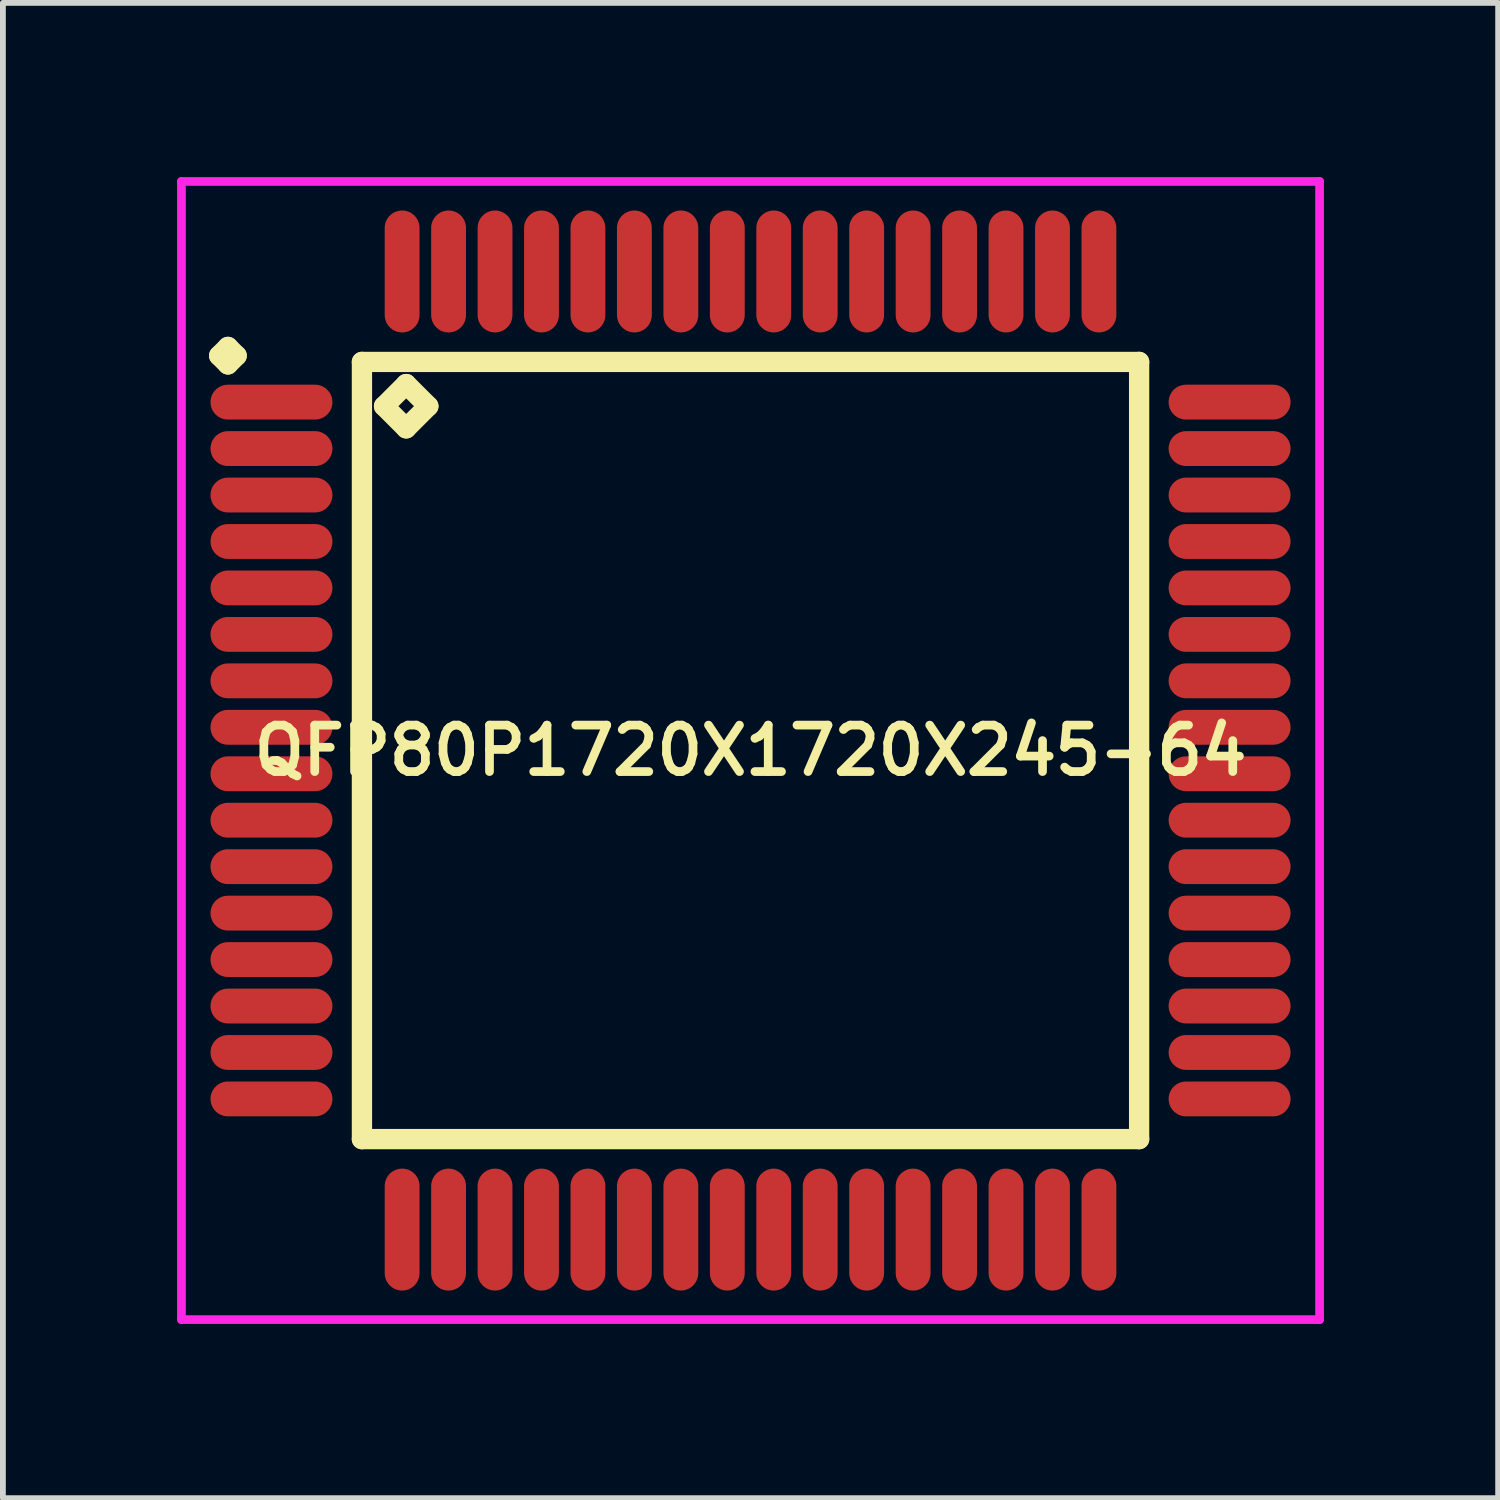
<source format=kicad_pcb>
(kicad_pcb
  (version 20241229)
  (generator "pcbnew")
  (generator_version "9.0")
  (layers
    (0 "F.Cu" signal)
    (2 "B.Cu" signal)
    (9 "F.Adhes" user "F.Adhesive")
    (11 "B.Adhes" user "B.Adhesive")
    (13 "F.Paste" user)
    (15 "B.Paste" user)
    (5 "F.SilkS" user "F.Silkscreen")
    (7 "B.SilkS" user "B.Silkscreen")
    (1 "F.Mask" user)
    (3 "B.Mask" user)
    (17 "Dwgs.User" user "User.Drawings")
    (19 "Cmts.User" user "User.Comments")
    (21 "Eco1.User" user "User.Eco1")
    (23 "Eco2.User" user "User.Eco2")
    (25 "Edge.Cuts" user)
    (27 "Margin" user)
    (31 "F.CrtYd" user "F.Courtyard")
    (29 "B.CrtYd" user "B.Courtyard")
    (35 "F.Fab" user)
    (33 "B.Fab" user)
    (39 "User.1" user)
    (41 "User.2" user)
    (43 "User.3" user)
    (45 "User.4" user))
  (footprint "QFP80P1720X1720X245-64"
    (layer "F.Cu")
    (at 9.875 9.875)
    (property "Reference" "QFP80P1720X1720X245-64" (at 0 0 0) (layer "F.SilkS") (effects (font (size 0.8 0.8) (thickness 0.15))))
    (attr smd)
    (fp_line (start -9.15 -6.8) (end -9 -6.95) (stroke (width 0.35) (type solid)) (layer "F.SilkS"))
    (fp_line (start -9 -6.95) (end -8.85 -6.8) (stroke (width 0.35) (type solid)) (layer "F.SilkS"))
    (fp_line (start -9 -6.65) (end -9.15 -6.8) (stroke (width 0.35) (type solid)) (layer "F.SilkS"))
    (fp_line (start -8.85 -6.8) (end -9 -6.65) (stroke (width 0.35) (type solid)) (layer "F.SilkS"))
    (fp_line (start -6.692 -6.692) (end -6.692 6.692) (stroke (width 0.35) (type solid)) (layer "F.SilkS"))
    (fp_line (start -6.692 6.692) (end 6.692 6.692) (stroke (width 0.35) (type solid)) (layer "F.SilkS"))
    (fp_line (start -6.311 -5.93) (end -5.93 -6.311) (stroke (width 0.35) (type solid)) (layer "F.SilkS"))
    (fp_line (start -5.93 -6.311) (end -5.549 -5.93) (stroke (width 0.35) (type solid)) (layer "F.SilkS"))
    (fp_line (start -5.93 -5.549) (end -6.311 -5.93) (stroke (width 0.35) (type solid)) (layer "F.SilkS"))
    (fp_line (start -5.549 -5.93) (end -5.93 -5.549) (stroke (width 0.35) (type solid)) (layer "F.SilkS"))
    (fp_line (start 6.692 -6.692) (end -6.692 -6.692) (stroke (width 0.35) (type solid)) (layer "F.SilkS"))
    (fp_line (start 6.692 6.692) (end 6.692 -6.692) (stroke (width 0.35) (type solid)) (layer "F.SilkS"))
    (fp_line (start -9.8 -9.8) (end 9.8 -9.8) (stroke (width 0.15) (type solid)) (layer "F.CrtYd"))
    (fp_line (start -9.8 9.8) (end -9.8 -9.8) (stroke (width 0.15) (type solid)) (layer "F.CrtYd"))
    (fp_line (start 9.8 -9.8) (end 9.8 9.8) (stroke (width 0.15) (type solid)) (layer "F.CrtYd"))
    (fp_line (start 9.8 9.8) (end -9.8 9.8) (stroke (width 0.15) (type solid)) (layer "F.CrtYd"))
    (pad "1" smd oval (at -8.25 -6) (size 2.1 0.6) (layers "F.Cu" "F.Mask" "F.Paste"))
    (pad "2" smd oval (at -8.25 -5.2) (size 2.1 0.6) (layers "F.Cu" "F.Mask" "F.Paste"))
    (pad "3" smd oval (at -8.25 -4.4) (size 2.1 0.6) (layers "F.Cu" "F.Mask" "F.Paste"))
    (pad "4" smd oval (at -8.25 -3.6) (size 2.1 0.6) (layers "F.Cu" "F.Mask" "F.Paste"))
    (pad "5" smd oval (at -8.25 -2.8) (size 2.1 0.6) (layers "F.Cu" "F.Mask" "F.Paste"))
    (pad "6" smd oval (at -8.25 -2) (size 2.1 0.6) (layers "F.Cu" "F.Mask" "F.Paste"))
    (pad "7" smd oval (at -8.25 -1.2) (size 2.1 0.6) (layers "F.Cu" "F.Mask" "F.Paste"))
    (pad "8" smd oval (at -8.25 -0.4) (size 2.1 0.6) (layers "F.Cu" "F.Mask" "F.Paste"))
    (pad "9" smd oval (at -8.25 0.4) (size 2.1 0.6) (layers "F.Cu" "F.Mask" "F.Paste"))
    (pad "10" smd oval (at -8.25 1.2) (size 2.1 0.6) (layers "F.Cu" "F.Mask" "F.Paste"))
    (pad "11" smd oval (at -8.25 2) (size 2.1 0.6) (layers "F.Cu" "F.Mask" "F.Paste"))
    (pad "12" smd oval (at -8.25 2.8) (size 2.1 0.6) (layers "F.Cu" "F.Mask" "F.Paste"))
    (pad "13" smd oval (at -8.25 3.6) (size 2.1 0.6) (layers "F.Cu" "F.Mask" "F.Paste"))
    (pad "14" smd oval (at -8.25 4.4) (size 2.1 0.6) (layers "F.Cu" "F.Mask" "F.Paste"))
    (pad "15" smd oval (at -8.25 5.2) (size 2.1 0.6) (layers "F.Cu" "F.Mask" "F.Paste"))
    (pad "16" smd oval (at -8.25 6) (size 2.1 0.6) (layers "F.Cu" "F.Mask" "F.Paste"))
    (pad "17" smd oval (at -6 8.25) (size 0.6 2.1) (layers "F.Cu" "F.Mask" "F.Paste"))
    (pad "18" smd oval (at -5.2 8.25) (size 0.6 2.1) (layers "F.Cu" "F.Mask" "F.Paste"))
    (pad "19" smd oval (at -4.4 8.25) (size 0.6 2.1) (layers "F.Cu" "F.Mask" "F.Paste"))
    (pad "20" smd oval (at -3.6 8.25) (size 0.6 2.1) (layers "F.Cu" "F.Mask" "F.Paste"))
    (pad "21" smd oval (at -2.8 8.25) (size 0.6 2.1) (layers "F.Cu" "F.Mask" "F.Paste"))
    (pad "22" smd oval (at -2 8.25) (size 0.6 2.1) (layers "F.Cu" "F.Mask" "F.Paste"))
    (pad "23" smd oval (at -1.2 8.25) (size 0.6 2.1) (layers "F.Cu" "F.Mask" "F.Paste"))
    (pad "24" smd oval (at -0.4 8.25) (size 0.6 2.1) (layers "F.Cu" "F.Mask" "F.Paste"))
    (pad "25" smd oval (at 0.4 8.25) (size 0.6 2.1) (layers "F.Cu" "F.Mask" "F.Paste"))
    (pad "26" smd oval (at 1.2 8.25) (size 0.6 2.1) (layers "F.Cu" "F.Mask" "F.Paste"))
    (pad "27" smd oval (at 2 8.25) (size 0.6 2.1) (layers "F.Cu" "F.Mask" "F.Paste"))
    (pad "28" smd oval (at 2.8 8.25) (size 0.6 2.1) (layers "F.Cu" "F.Mask" "F.Paste"))
    (pad "29" smd oval (at 3.6 8.25) (size 0.6 2.1) (layers "F.Cu" "F.Mask" "F.Paste"))
    (pad "30" smd oval (at 4.4 8.25) (size 0.6 2.1) (layers "F.Cu" "F.Mask" "F.Paste"))
    (pad "31" smd oval (at 5.2 8.25) (size 0.6 2.1) (layers "F.Cu" "F.Mask" "F.Paste"))
    (pad "32" smd oval (at 6 8.25) (size 0.6 2.1) (layers "F.Cu" "F.Mask" "F.Paste"))
    (pad "33" smd oval (at 8.25 6) (size 2.1 0.6) (layers "F.Cu" "F.Mask" "F.Paste"))
    (pad "34" smd oval (at 8.25 5.2) (size 2.1 0.6) (layers "F.Cu" "F.Mask" "F.Paste"))
    (pad "35" smd oval (at 8.25 4.4) (size 2.1 0.6) (layers "F.Cu" "F.Mask" "F.Paste"))
    (pad "36" smd oval (at 8.25 3.6) (size 2.1 0.6) (layers "F.Cu" "F.Mask" "F.Paste"))
    (pad "37" smd oval (at 8.25 2.8) (size 2.1 0.6) (layers "F.Cu" "F.Mask" "F.Paste"))
    (pad "38" smd oval (at 8.25 2) (size 2.1 0.6) (layers "F.Cu" "F.Mask" "F.Paste"))
    (pad "39" smd oval (at 8.25 1.2) (size 2.1 0.6) (layers "F.Cu" "F.Mask" "F.Paste"))
    (pad "40" smd oval (at 8.25 0.4) (size 2.1 0.6) (layers "F.Cu" "F.Mask" "F.Paste"))
    (pad "41" smd oval (at 8.25 -0.4) (size 2.1 0.6) (layers "F.Cu" "F.Mask" "F.Paste"))
    (pad "42" smd oval (at 8.25 -1.2) (size 2.1 0.6) (layers "F.Cu" "F.Mask" "F.Paste"))
    (pad "43" smd oval (at 8.25 -2) (size 2.1 0.6) (layers "F.Cu" "F.Mask" "F.Paste"))
    (pad "44" smd oval (at 8.25 -2.8) (size 2.1 0.6) (layers "F.Cu" "F.Mask" "F.Paste"))
    (pad "45" smd oval (at 8.25 -3.6) (size 2.1 0.6) (layers "F.Cu" "F.Mask" "F.Paste"))
    (pad "46" smd oval (at 8.25 -4.4) (size 2.1 0.6) (layers "F.Cu" "F.Mask" "F.Paste"))
    (pad "47" smd oval (at 8.25 -5.2) (size 2.1 0.6) (layers "F.Cu" "F.Mask" "F.Paste"))
    (pad "48" smd oval (at 8.25 -6) (size 2.1 0.6) (layers "F.Cu" "F.Mask" "F.Paste"))
    (pad "49" smd oval (at 6 -8.25) (size 0.6 2.1) (layers "F.Cu" "F.Mask" "F.Paste"))
    (pad "50" smd oval (at 5.2 -8.25) (size 0.6 2.1) (layers "F.Cu" "F.Mask" "F.Paste"))
    (pad "51" smd oval (at 4.4 -8.25) (size 0.6 2.1) (layers "F.Cu" "F.Mask" "F.Paste"))
    (pad "52" smd oval (at 3.6 -8.25) (size 0.6 2.1) (layers "F.Cu" "F.Mask" "F.Paste"))
    (pad "53" smd oval (at 2.8 -8.25) (size 0.6 2.1) (layers "F.Cu" "F.Mask" "F.Paste"))
    (pad "54" smd oval (at 2 -8.25) (size 0.6 2.1) (layers "F.Cu" "F.Mask" "F.Paste"))
    (pad "55" smd oval (at 1.2 -8.25) (size 0.6 2.1) (layers "F.Cu" "F.Mask" "F.Paste"))
    (pad "56" smd oval (at 0.4 -8.25) (size 0.6 2.1) (layers "F.Cu" "F.Mask" "F.Paste"))
    (pad "57" smd oval (at -0.4 -8.25) (size 0.6 2.1) (layers "F.Cu" "F.Mask" "F.Paste"))
    (pad "58" smd oval (at -1.2 -8.25) (size 0.6 2.1) (layers "F.Cu" "F.Mask" "F.Paste"))
    (pad "59" smd oval (at -2 -8.25) (size 0.6 2.1) (layers "F.Cu" "F.Mask" "F.Paste"))
    (pad "60" smd oval (at -2.8 -8.25) (size 0.6 2.1) (layers "F.Cu" "F.Mask" "F.Paste"))
    (pad "61" smd oval (at -3.6 -8.25) (size 0.6 2.1) (layers "F.Cu" "F.Mask" "F.Paste"))
    (pad "62" smd oval (at -4.4 -8.25) (size 0.6 2.1) (layers "F.Cu" "F.Mask" "F.Paste"))
    (pad "63" smd oval (at -5.2 -8.25) (size 0.6 2.1) (layers "F.Cu" "F.Mask" "F.Paste"))
    (pad "64" smd oval (at -6 -8.25) (size 0.6 2.1) (layers "F.Cu" "F.Mask" "F.Paste")))
  (gr_rect
    (start -3 -3)
    (end 22.75 22.75)
    (stroke (width 0.1) (type default))
    (fill no)
    (layer "Edge.Cuts")))
</source>
